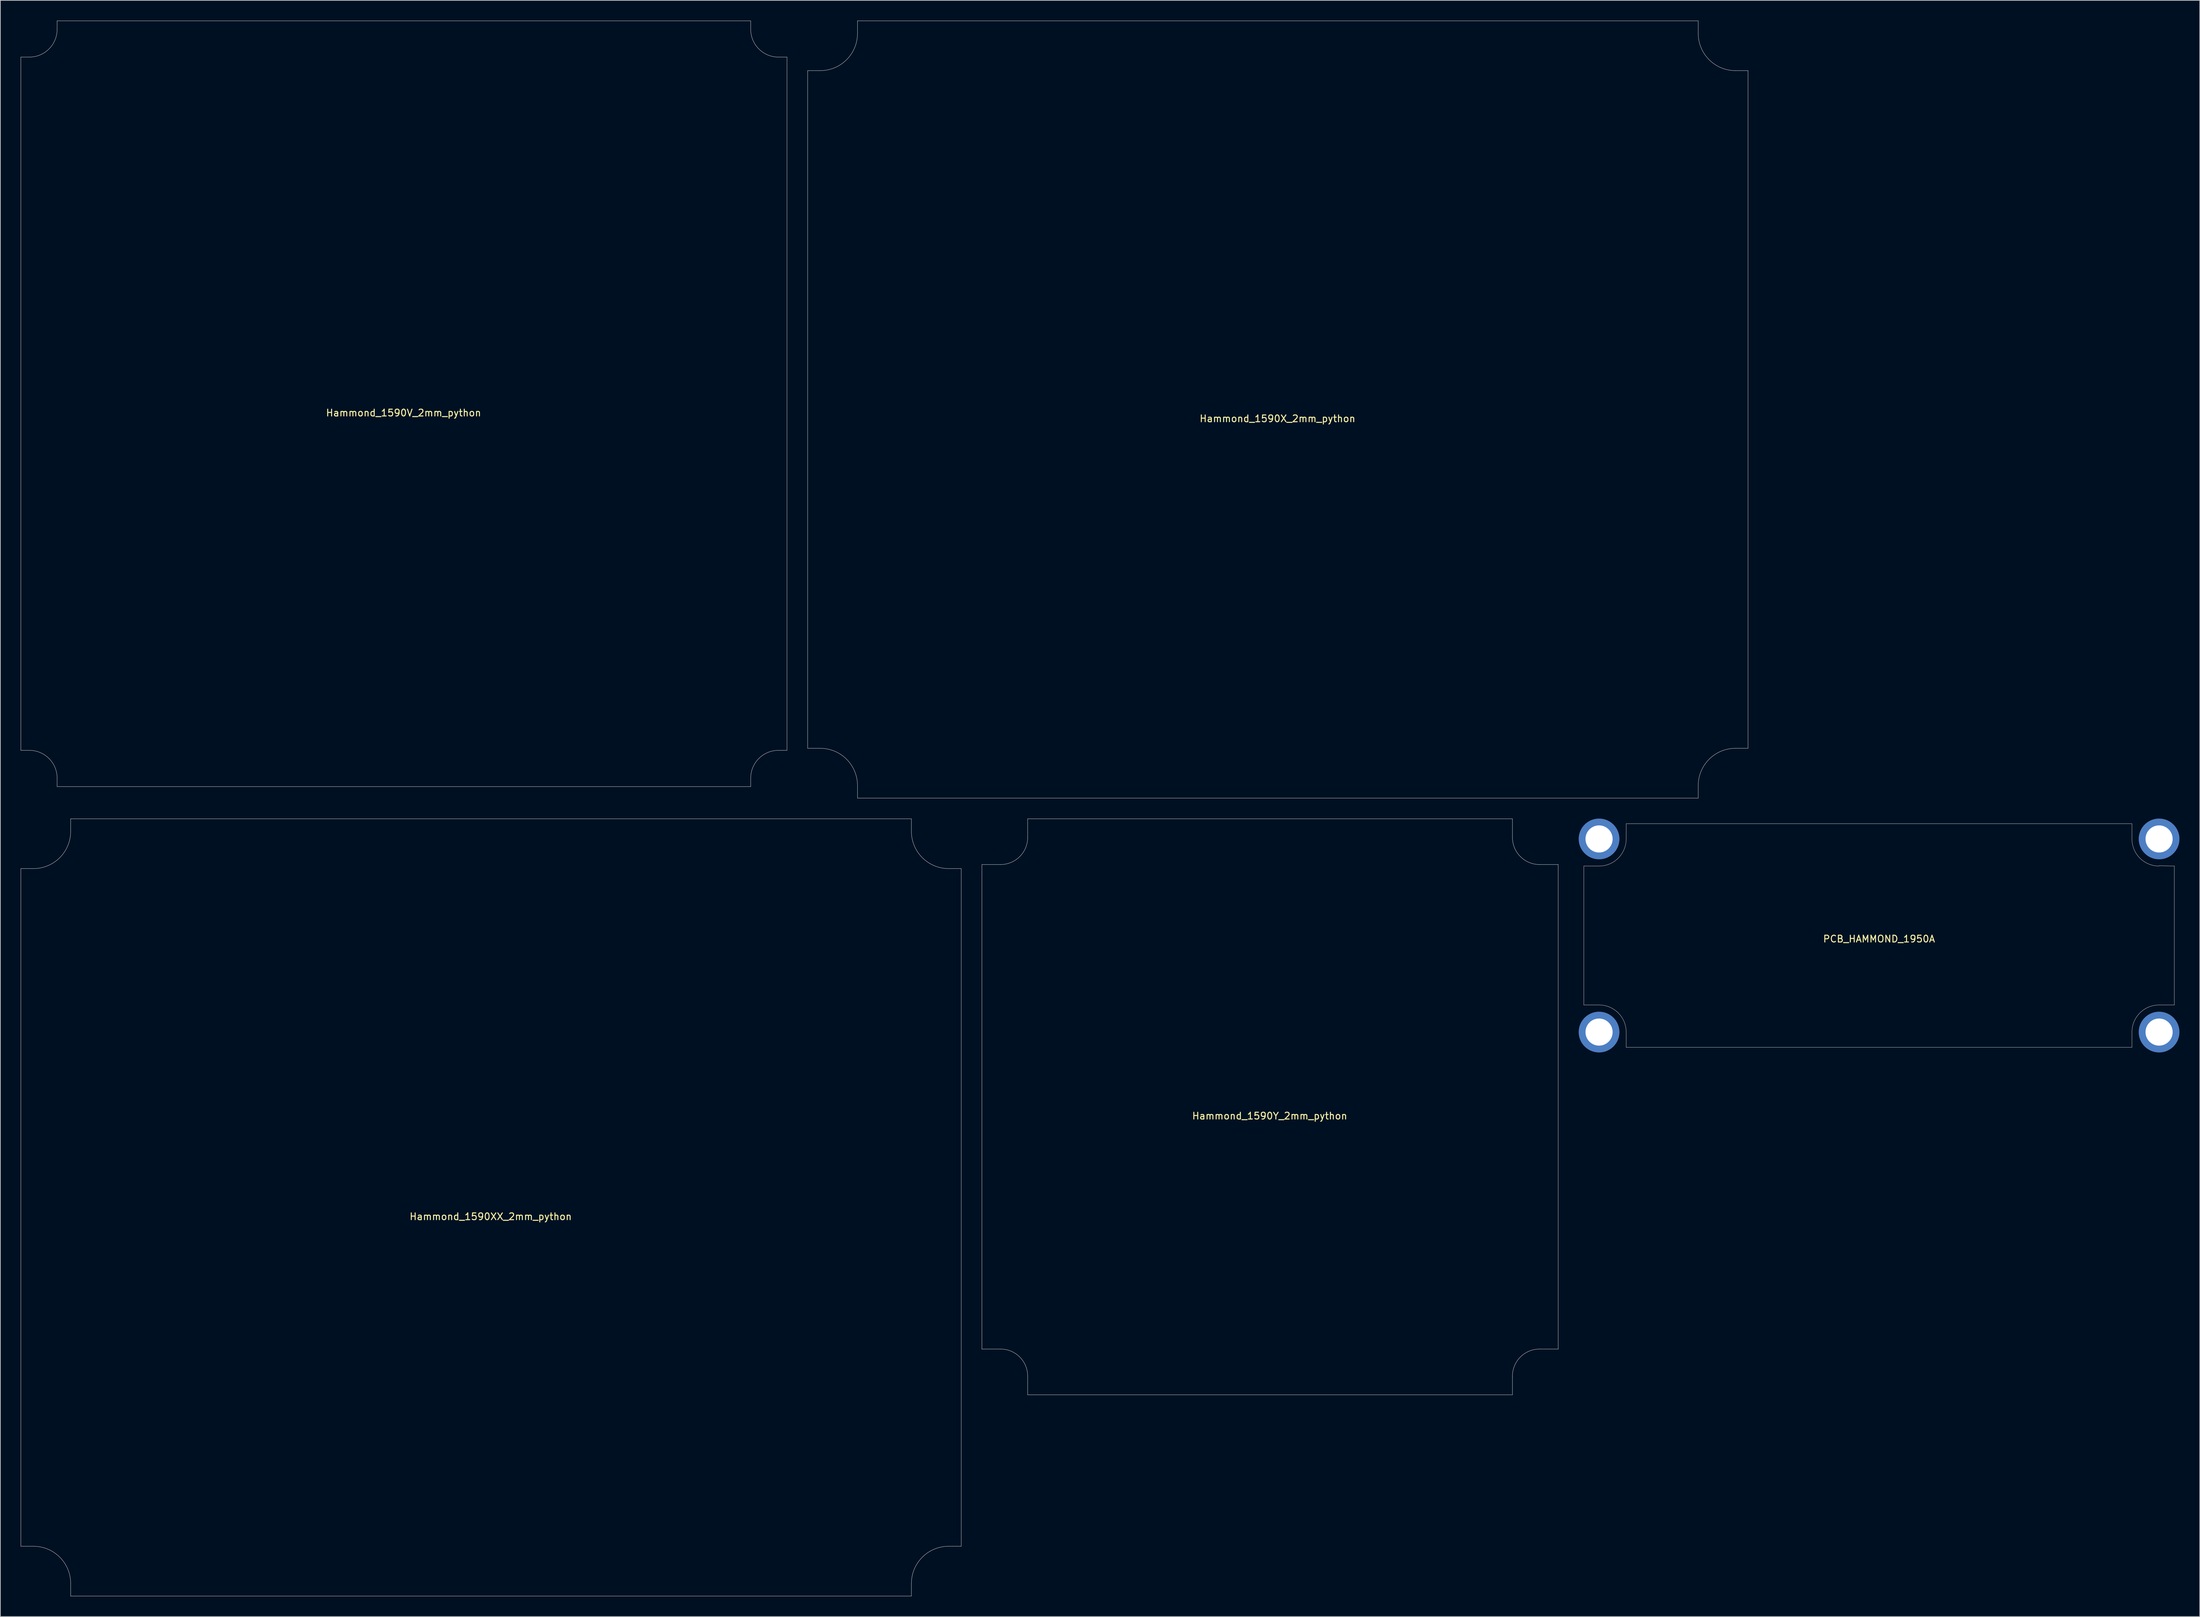
<source format=kicad_pcb>
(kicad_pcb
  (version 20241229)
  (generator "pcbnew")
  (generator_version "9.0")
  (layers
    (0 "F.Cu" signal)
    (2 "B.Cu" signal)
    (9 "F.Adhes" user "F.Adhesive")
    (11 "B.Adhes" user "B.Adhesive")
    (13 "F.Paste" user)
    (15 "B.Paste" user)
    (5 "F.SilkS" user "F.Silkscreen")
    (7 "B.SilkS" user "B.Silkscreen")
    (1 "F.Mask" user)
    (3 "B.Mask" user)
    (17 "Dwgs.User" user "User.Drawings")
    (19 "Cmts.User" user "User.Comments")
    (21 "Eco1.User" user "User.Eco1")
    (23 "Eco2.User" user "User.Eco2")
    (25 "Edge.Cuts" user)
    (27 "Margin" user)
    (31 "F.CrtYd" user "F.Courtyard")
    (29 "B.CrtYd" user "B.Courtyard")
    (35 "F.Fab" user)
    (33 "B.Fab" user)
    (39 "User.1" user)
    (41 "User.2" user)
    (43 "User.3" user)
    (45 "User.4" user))
  (footprint "Hammond_1590XX_2mm_python"
    (layer "F.Cu")
    (at 69.375 175.125)
    (property "Reference" "Hammond_1590XX_2mm_python" (at -0.05 1.35 0) (layer "F.SilkS") (effects (font (size 1 1) (thickness 0.15))))
    (attr through_hole)
    (fp_line (start -69.35 -50) (end -69.35 50) (stroke (width 0.05) (type solid)) (layer "Edge.Cuts"))
    (fp_line (start -67.5 -50) (end -69.35 -50) (stroke (width 0.05) (type solid)) (layer "Edge.Cuts"))
    (fp_line (start -67.5 50) (end -69.35 50) (stroke (width 0.05) (type solid)) (layer "Edge.Cuts"))
    (fp_line (start -62 -57.35) (end 62 -57.35) (stroke (width 0.05) (type solid)) (layer "Edge.Cuts"))
    (fp_line (start -62 -55.5) (end -62 -57.35) (stroke (width 0.05) (type solid)) (layer "Edge.Cuts"))
    (fp_line (start -62 55.5) (end -62 57.35) (stroke (width 0.05) (type solid)) (layer "Edge.Cuts"))
    (fp_line (start -62 57.35) (end 62 57.35) (stroke (width 0.05) (type solid)) (layer "Edge.Cuts"))
    (fp_line (start 62 -55.5) (end 62 -57.35) (stroke (width 0.05) (type solid)) (layer "Edge.Cuts"))
    (fp_line (start 62 55.5) (end 62 57.35) (stroke (width 0.05) (type solid)) (layer "Edge.Cuts"))
    (fp_line (start 67.5 -50) (end 69.35 -50) (stroke (width 0.05) (type solid)) (layer "Edge.Cuts"))
    (fp_line (start 67.5 50) (end 69.35 50) (stroke (width 0.05) (type solid)) (layer "Edge.Cuts"))
    (fp_line (start 69.35 -50) (end 69.35 50) (stroke (width 0.05) (type solid)) (layer "Edge.Cuts"))
    (fp_arc (start -67.5 50) (mid -63.610913 51.610913) (end -62 55.5) (stroke (width 0.05) (type solid)) (layer "Edge.Cuts"))
    (fp_arc (start -62 -55.5) (mid -63.610913 -51.610913) (end -67.5 -50) (stroke (width 0.05) (type solid)) (layer "Edge.Cuts"))
    (fp_arc (start 62 55.5) (mid 63.610913 51.610913) (end 67.5 50) (stroke (width 0.05) (type solid)) (layer "Edge.Cuts"))
    (fp_arc (start 67.5 -50) (mid 63.610913 -51.610913) (end 62 -55.5) (stroke (width 0.05) (type solid)) (layer "Edge.Cuts")))
  (footprint "Hammond_1590Y_2mm_python"
    (layer "F.Cu")
    (at 184.275 160.275)
    (property "Reference" "Hammond_1590Y_2mm_python" (at -0.05 1.35 0) (layer "F.SilkS") (effects (font (size 1 1) (thickness 0.15))))
    (attr through_hole)
    (fp_line (start -42.5 -35.75) (end -42.5 35.75) (stroke (width 0.05) (type solid)) (layer "Edge.Cuts"))
    (fp_line (start -39.75 -35.75) (end -42.5 -35.75) (stroke (width 0.05) (type solid)) (layer "Edge.Cuts"))
    (fp_line (start -39.75 35.75) (end -42.5 35.75) (stroke (width 0.05) (type solid)) (layer "Edge.Cuts"))
    (fp_line (start -35.75 -42.5) (end 35.75 -42.5) (stroke (width 0.05) (type solid)) (layer "Edge.Cuts"))
    (fp_line (start -35.75 -39.75) (end -35.75 -42.5) (stroke (width 0.05) (type solid)) (layer "Edge.Cuts"))
    (fp_line (start -35.75 39.75) (end -35.75 42.5) (stroke (width 0.05) (type solid)) (layer "Edge.Cuts"))
    (fp_line (start -35.75 42.5) (end 35.75 42.5) (stroke (width 0.05) (type solid)) (layer "Edge.Cuts"))
    (fp_line (start 35.75 -39.75) (end 35.75 -42.5) (stroke (width 0.05) (type solid)) (layer "Edge.Cuts"))
    (fp_line (start 35.75 39.75) (end 35.75 42.5) (stroke (width 0.05) (type solid)) (layer "Edge.Cuts"))
    (fp_line (start 39.75 -35.75) (end 42.5 -35.75) (stroke (width 0.05) (type solid)) (layer "Edge.Cuts"))
    (fp_line (start 39.75 35.75) (end 42.5 35.75) (stroke (width 0.05) (type solid)) (layer "Edge.Cuts"))
    (fp_line (start 42.5 -35.75) (end 42.5 35.75) (stroke (width 0.05) (type solid)) (layer "Edge.Cuts"))
    (fp_arc (start -39.75 35.75) (mid -36.921573 36.921573) (end -35.75 39.75) (stroke (width 0.05) (type solid)) (layer "Edge.Cuts"))
    (fp_arc (start -35.75 -39.75) (mid -36.921573 -36.921573) (end -39.75 -35.75) (stroke (width 0.05) (type solid)) (layer "Edge.Cuts"))
    (fp_arc (start 35.75 39.75) (mid 36.921573 36.921573) (end 39.75 35.75) (stroke (width 0.05) (type solid)) (layer "Edge.Cuts"))
    (fp_arc (start 39.75 -35.75) (mid 36.921573 -36.921573) (end 35.75 -39.75) (stroke (width 0.05) (type solid)) (layer "Edge.Cuts")))
  (footprint "Hammond_1590X_2mm_python"
    (layer "F.Cu")
    (at 185.425 57.375)
    (property "Reference" "Hammond_1590X_2mm_python" (at -0.05 1.35 0) (layer "F.SilkS") (effects (font (size 1 1) (thickness 0.15))))
    (attr through_hole)
    (fp_line (start -69.35 -50) (end -69.35 50) (stroke (width 0.05) (type solid)) (layer "Edge.Cuts"))
    (fp_line (start -67.5 -50) (end -69.35 -50) (stroke (width 0.05) (type solid)) (layer "Edge.Cuts"))
    (fp_line (start -67.5 50) (end -69.35 50) (stroke (width 0.05) (type solid)) (layer "Edge.Cuts"))
    (fp_line (start -62 -57.35) (end 62 -57.35) (stroke (width 0.05) (type solid)) (layer "Edge.Cuts"))
    (fp_line (start -62 -55.5) (end -62 -57.35) (stroke (width 0.05) (type solid)) (layer "Edge.Cuts"))
    (fp_line (start -62 55.5) (end -62 57.35) (stroke (width 0.05) (type solid)) (layer "Edge.Cuts"))
    (fp_line (start -62 57.35) (end 62 57.35) (stroke (width 0.05) (type solid)) (layer "Edge.Cuts"))
    (fp_line (start 62 -55.5) (end 62 -57.35) (stroke (width 0.05) (type solid)) (layer "Edge.Cuts"))
    (fp_line (start 62 55.5) (end 62 57.35) (stroke (width 0.05) (type solid)) (layer "Edge.Cuts"))
    (fp_line (start 67.5 -50) (end 69.35 -50) (stroke (width 0.05) (type solid)) (layer "Edge.Cuts"))
    (fp_line (start 67.5 50) (end 69.35 50) (stroke (width 0.05) (type solid)) (layer "Edge.Cuts"))
    (fp_line (start 69.35 -50) (end 69.35 50) (stroke (width 0.05) (type solid)) (layer "Edge.Cuts"))
    (fp_arc (start -67.5 50) (mid -63.610913 51.610913) (end -62 55.5) (stroke (width 0.05) (type solid)) (layer "Edge.Cuts"))
    (fp_arc (start -62 -55.5) (mid -63.610913 -51.610913) (end -67.5 -50) (stroke (width 0.05) (type solid)) (layer "Edge.Cuts"))
    (fp_arc (start 62 55.5) (mid 63.610913 51.610913) (end 67.5 50) (stroke (width 0.05) (type solid)) (layer "Edge.Cuts"))
    (fp_arc (start 67.5 -50) (mid 63.610913 -51.610913) (end 62 -55.5) (stroke (width 0.05) (type solid)) (layer "Edge.Cuts")))
  (footprint "PCB_HAMMOND_1950A"
    (layer "F.Cu")
    (at 274.1 135)
    (property "Reference" "PCB_HAMMOND_1950A" (at 0 0.5 0) (layer "F.SilkS") (effects (font (size 1 1) (thickness 0.15))))
    (attr through_hole)
    (fp_line (start -43.55 -10.25) (end -41.3 -10.25) (stroke (width 0.05) (type solid)) (layer "Dwgs.User"))
    (fp_line (start -43.55 10.25) (end -43.55 -10.25) (stroke (width 0.05) (type solid)) (layer "Dwgs.User"))
    (fp_line (start -43.55 10.25) (end -41.3 10.25) (stroke (width 0.05) (type solid)) (layer "Dwgs.User"))
    (fp_line (start -37.3 -16.5) (end -37.3 -14.25) (stroke (width 0.05) (type solid)) (layer "Dwgs.User"))
    (fp_line (start -37.3 14.25) (end -37.3 16.5) (stroke (width 0.05) (type solid)) (layer "Dwgs.User"))
    (fp_line (start -37.3 16.5) (end 37.3 16.5) (stroke (width 0.05) (type solid)) (layer "Dwgs.User"))
    (fp_line (start 37.3 -16.5) (end -37.3 -16.5) (stroke (width 0.05) (type solid)) (layer "Dwgs.User"))
    (fp_line (start 37.3 -14.25) (end 37.3 -16.5) (stroke (width 0.05) (type solid)) (layer "Dwgs.User"))
    (fp_line (start 37.3 14.25) (end 37.3 16.5) (stroke (width 0.05) (type solid)) (layer "Dwgs.User"))
    (fp_line (start 43.55 -10.25) (end 41.3 -10.3) (stroke (width 0.05) (type solid)) (layer "Dwgs.User"))
    (fp_line (start 43.55 -10.25) (end 43.55 10.25) (stroke (width 0.05) (type solid)) (layer "Dwgs.User"))
    (fp_line (start 43.55 10.25) (end 41.3 10.25) (stroke (width 0.05) (type solid)) (layer "Dwgs.User"))
    (fp_arc (start -41.3 10.25) (mid -38.471573 11.421573) (end -37.3 14.25) (stroke (width 0.05) (type solid)) (layer "Dwgs.User"))
    (fp_arc (start -37.3 -14.25) (mid -38.471573 -11.421573) (end -41.3 -10.25) (stroke (width 0.05) (type solid)) (layer "Dwgs.User"))
    (fp_arc (start 37.3 14.25) (mid 38.471573 11.421573) (end 41.3 10.25) (stroke (width 0.05) (type solid)) (layer "Dwgs.User"))
    (fp_arc (start 41.3 -10.25) (mid 38.471573 -11.421573) (end 37.3 -14.25) (stroke (width 0.05) (type solid)) (layer "Dwgs.User"))
    (pad "1" thru_hole circle (at -41.3 -14.25) (size 6 6) (drill 4) (layers "*.Cu"))
    (pad "1" thru_hole circle (at -41.3 14.25) (size 6 6) (drill 4) (layers "*.Cu"))
    (pad "1" thru_hole circle (at 41.3 -14.25) (size 6 6) (drill 4) (layers "*.Cu"))
    (pad "1" thru_hole circle (at 41.3 14.25) (size 6 6) (drill 4) (layers "*.Cu")))
  (footprint "Hammond_1590V_2mm_python"
    (layer "F.Cu")
    (at 56.525 56.525)
    (property "Reference" "Hammond_1590V_2mm_python" (at -0.05 1.35 0) (layer "F.SilkS") (effects (font (size 1 1) (thickness 0.15))))
    (attr through_hole)
    (fp_line (start -56.5 -51.15) (end -56.5 51.15) (stroke (width 0.05) (type solid)) (layer "Edge.Cuts"))
    (fp_line (start -55.25 -51.15) (end -56.5 -51.15) (stroke (width 0.05) (type solid)) (layer "Edge.Cuts"))
    (fp_line (start -55.25 51.15) (end -56.5 51.15) (stroke (width 0.05) (type solid)) (layer "Edge.Cuts"))
    (fp_line (start -51.15 -56.5) (end 51.15 -56.5) (stroke (width 0.05) (type solid)) (layer "Edge.Cuts"))
    (fp_line (start -51.15 -55.25) (end -51.15 -56.5) (stroke (width 0.05) (type solid)) (layer "Edge.Cuts"))
    (fp_line (start -51.15 55.25) (end -51.15 56.5) (stroke (width 0.05) (type solid)) (layer "Edge.Cuts"))
    (fp_line (start -51.15 56.5) (end 51.15 56.5) (stroke (width 0.05) (type solid)) (layer "Edge.Cuts"))
    (fp_line (start 51.15 -55.25) (end 51.15 -56.5) (stroke (width 0.05) (type solid)) (layer "Edge.Cuts"))
    (fp_line (start 51.15 55.25) (end 51.15 56.5) (stroke (width 0.05) (type solid)) (layer "Edge.Cuts"))
    (fp_line (start 55.25 -51.15) (end 56.5 -51.15) (stroke (width 0.05) (type solid)) (layer "Edge.Cuts"))
    (fp_line (start 55.25 51.15) (end 56.5 51.15) (stroke (width 0.05) (type solid)) (layer "Edge.Cuts"))
    (fp_line (start 56.5 -51.15) (end 56.5 51.15) (stroke (width 0.05) (type solid)) (layer "Edge.Cuts"))
    (fp_arc (start -55.25 51.15) (mid -52.350862 52.350862) (end -51.15 55.25) (stroke (width 0.05) (type solid)) (layer "Edge.Cuts"))
    (fp_arc (start -51.15 -55.25) (mid -52.350862 -52.350862) (end -55.25 -51.15) (stroke (width 0.05) (type solid)) (layer "Edge.Cuts"))
    (fp_arc (start 51.15 55.25) (mid 52.350862 52.350862) (end 55.25 51.15) (stroke (width 0.05) (type solid)) (layer "Edge.Cuts"))
    (fp_arc (start 55.25 -51.15) (mid 52.350862 -52.350862) (end 51.15 -55.25) (stroke (width 0.05) (type solid)) (layer "Edge.Cuts")))
  (gr_rect
    (start -3 -3)
    (end 321.4 235.5)
    (stroke (width 0.1) (type default))
    (fill no)
    (layer "Edge.Cuts")))
</source>
